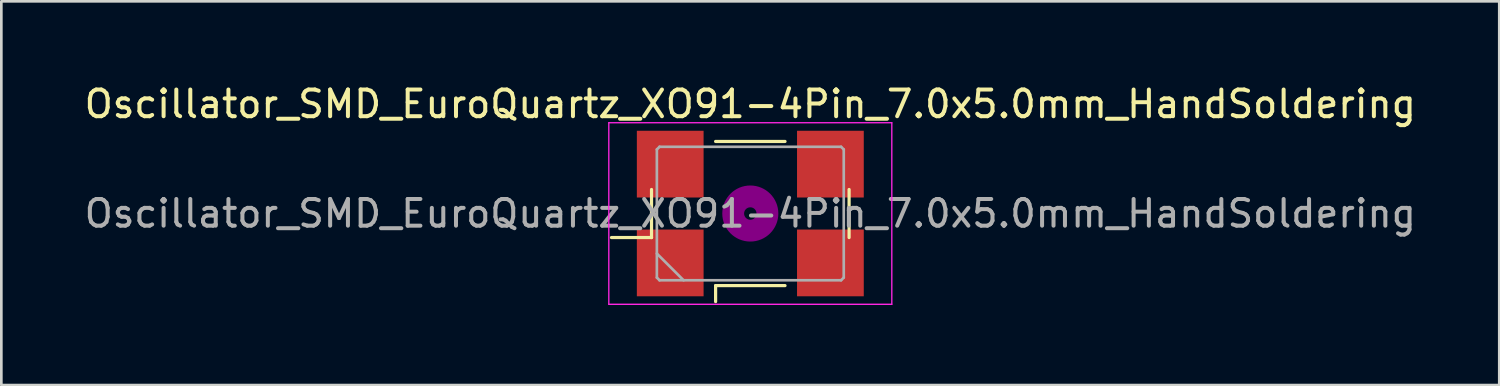
<source format=kicad_pcb>
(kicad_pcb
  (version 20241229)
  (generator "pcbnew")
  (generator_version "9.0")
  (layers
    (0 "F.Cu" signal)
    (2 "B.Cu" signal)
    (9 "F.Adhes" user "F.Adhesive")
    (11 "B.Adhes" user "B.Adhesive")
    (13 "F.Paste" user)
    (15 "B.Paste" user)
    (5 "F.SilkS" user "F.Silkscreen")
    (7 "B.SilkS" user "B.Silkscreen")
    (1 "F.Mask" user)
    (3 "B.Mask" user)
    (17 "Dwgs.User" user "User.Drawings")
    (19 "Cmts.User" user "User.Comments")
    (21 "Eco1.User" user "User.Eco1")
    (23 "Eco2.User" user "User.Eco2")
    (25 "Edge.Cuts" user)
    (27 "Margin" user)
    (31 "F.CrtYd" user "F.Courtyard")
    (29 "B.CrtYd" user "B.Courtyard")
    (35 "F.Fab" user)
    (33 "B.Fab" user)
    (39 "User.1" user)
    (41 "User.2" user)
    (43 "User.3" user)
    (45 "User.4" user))
  (footprint "Oscillator_SMD_EuroQuartz_XO91-4Pin_7.0x5.0mm_HandSoldering"
    (layer "F.Cu")
    (at 25.054 4.948)
    (property "Reference" "Oscillator_SMD_EuroQuartz_XO91-4Pin_7.0x5.0mm_HandSoldering" (at 0 -4.1 0) (layer "F.SilkS") (effects (font (size 1 1) (thickness 0.15))))
    (attr smd)
    (fp_line (start -5.2 0.9) (end -3.7 0.9) (stroke (width 0.12) (type solid)) (layer "F.SilkS"))
    (fp_line (start -3.7 0.9) (end -3.7 -0.9) (stroke (width 0.12) (type solid)) (layer "F.SilkS"))
    (fp_line (start -1.3 -2.7) (end 1.3 -2.7) (stroke (width 0.12) (type solid)) (layer "F.SilkS"))
    (fp_line (start -1.3 2.7) (end -1.3 3.3) (stroke (width 0.12) (type solid)) (layer "F.SilkS"))
    (fp_line (start 1.3 2.7) (end -1.3 2.7) (stroke (width 0.12) (type solid)) (layer "F.SilkS"))
    (fp_line (start 3.7 -0.9) (end 3.7 0.9) (stroke (width 0.12) (type solid)) (layer "F.SilkS"))
    (fp_circle (center 0 0) (end 0.233 0) (stroke (width 0.467) (type solid)) (fill no) (layer "F.Adhes"))
    (fp_circle (center 0 0) (end 0.533 0) (stroke (width 0.333) (type solid)) (fill no) (layer "F.Adhes"))
    (fp_circle (center 0 0) (end 0.833 0) (stroke (width 0.333) (type solid)) (fill no) (layer "F.Adhes"))
    (fp_circle (center 0 0) (end 1 0) (stroke (width 0.1) (type solid)) (fill no) (layer "F.Adhes"))
    (fp_line (start -5.3 -3.4) (end -5.3 3.4) (stroke (width 0.05) (type solid)) (layer "F.CrtYd"))
    (fp_line (start -5.3 3.4) (end 5.3 3.4) (stroke (width 0.05) (type solid)) (layer "F.CrtYd"))
    (fp_line (start 5.3 -3.4) (end -5.3 -3.4) (stroke (width 0.05) (type solid)) (layer "F.CrtYd"))
    (fp_line (start 5.3 3.4) (end 5.3 -3.4) (stroke (width 0.05) (type solid)) (layer "F.CrtYd"))
    (fp_line (start -3.5 -2.4) (end -3.4 -2.5) (stroke (width 0.1) (type solid)) (layer "F.Fab"))
    (fp_line (start -3.5 1.5) (end -2.5 2.5) (stroke (width 0.1) (type solid)) (layer "F.Fab"))
    (fp_line (start -3.5 2.4) (end -3.5 -2.4) (stroke (width 0.1) (type solid)) (layer "F.Fab"))
    (fp_line (start -3.4 -2.5) (end 3.4 -2.5) (stroke (width 0.1) (type solid)) (layer "F.Fab"))
    (fp_line (start -3.4 2.5) (end -3.5 2.4) (stroke (width 0.1) (type solid)) (layer "F.Fab"))
    (fp_line (start 3.4 -2.5) (end 3.5 -2.4) (stroke (width 0.1) (type solid)) (layer "F.Fab"))
    (fp_line (start 3.4 2.5) (end -3.4 2.5) (stroke (width 0.1) (type solid)) (layer "F.Fab"))
    (fp_line (start 3.5 -2.4) (end 3.5 2.4) (stroke (width 0.1) (type solid)) (layer "F.Fab"))
    (fp_line (start 3.5 2.4) (end 3.4 2.5) (stroke (width 0.1) (type solid)) (layer "F.Fab"))
    (fp_text user "${REFERENCE}" (at 0 0 0) (layer "F.Fab") (effects (font (size 1 1) (thickness 0.15))))
    (pad "1" smd rect (at -3 1.85) (size 2.5 2.5) (layers "F.Cu" "F.Mask" "F.Paste"))
    (pad "2" smd rect (at 3 1.85) (size 2.5 2.5) (layers "F.Cu" "F.Mask" "F.Paste"))
    (pad "3" smd rect (at 3 -1.85) (size 2.5 2.5) (layers "F.Cu" "F.Mask" "F.Paste"))
    (pad "4" smd rect (at -3 -1.85) (size 2.5 2.5) (layers "F.Cu" "F.Mask" "F.Paste")))
  (gr_rect
    (start -3 -3)
    (end 53.107 11.373)
    (stroke (width 0.1) (type default))
    (fill no)
    (layer "Edge.Cuts")))
</source>
